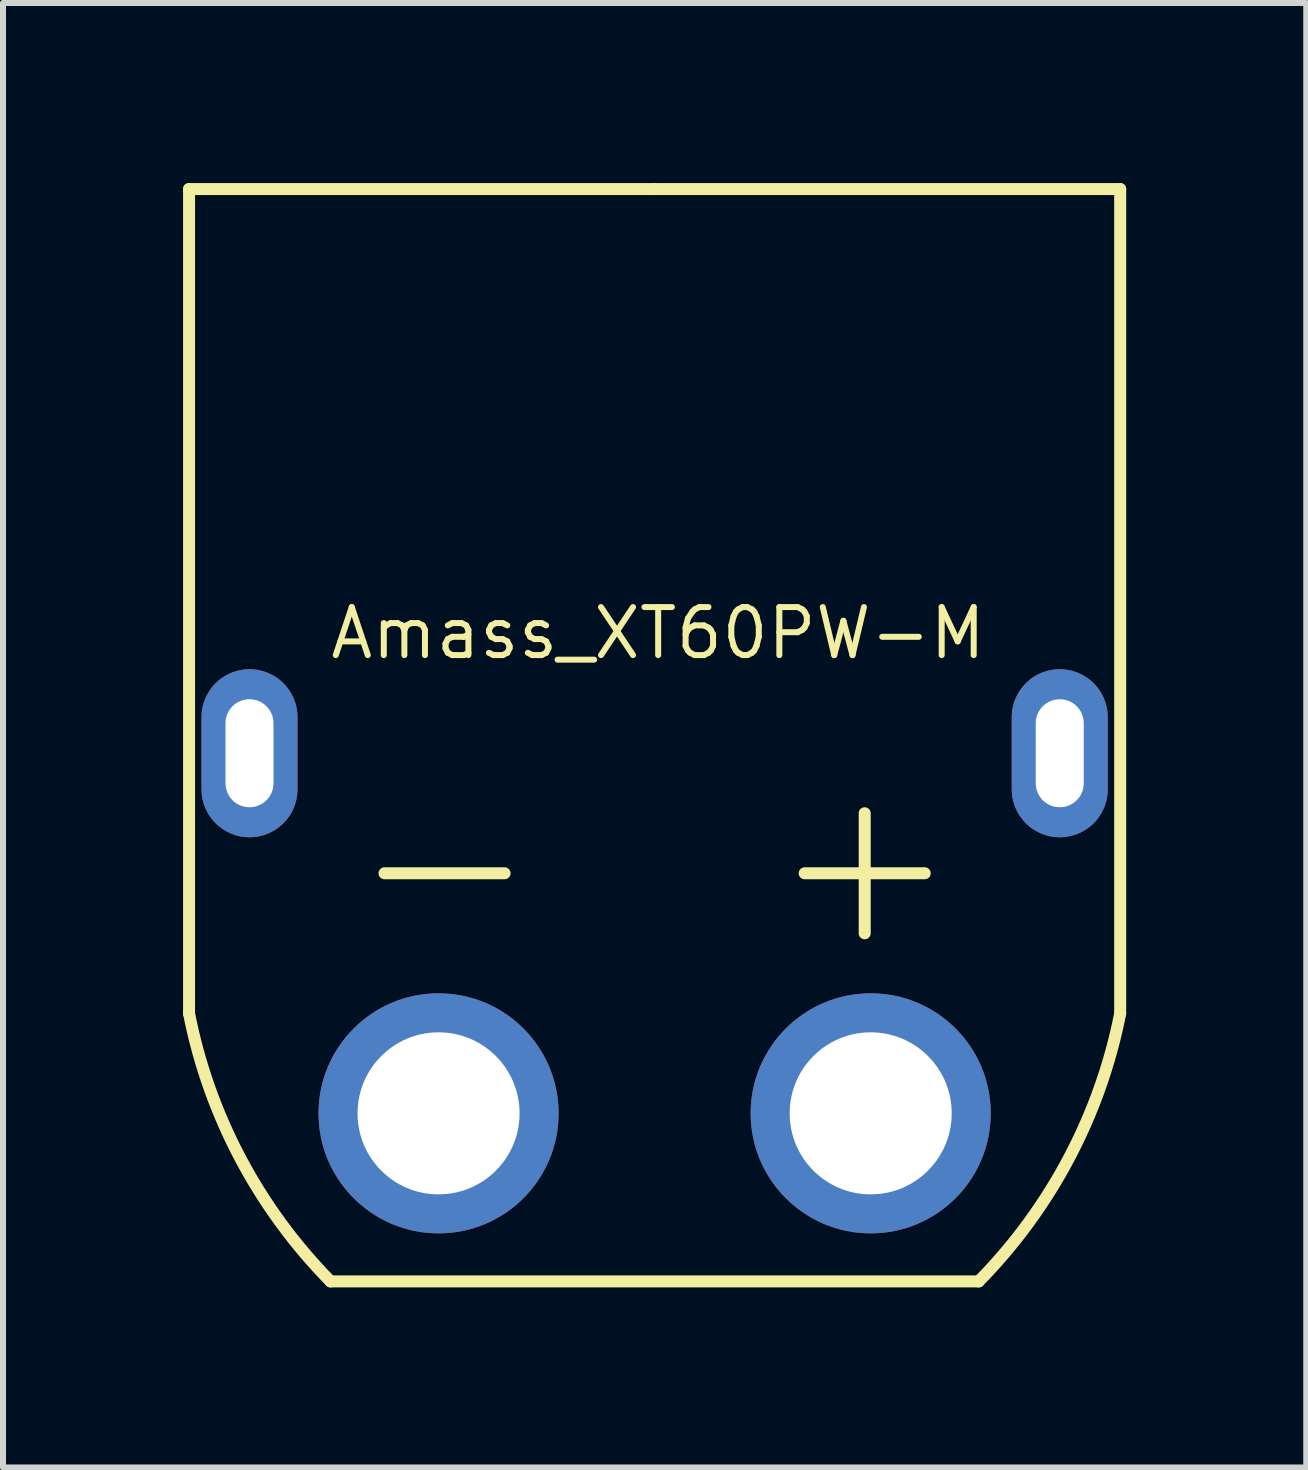
<source format=kicad_pcb>
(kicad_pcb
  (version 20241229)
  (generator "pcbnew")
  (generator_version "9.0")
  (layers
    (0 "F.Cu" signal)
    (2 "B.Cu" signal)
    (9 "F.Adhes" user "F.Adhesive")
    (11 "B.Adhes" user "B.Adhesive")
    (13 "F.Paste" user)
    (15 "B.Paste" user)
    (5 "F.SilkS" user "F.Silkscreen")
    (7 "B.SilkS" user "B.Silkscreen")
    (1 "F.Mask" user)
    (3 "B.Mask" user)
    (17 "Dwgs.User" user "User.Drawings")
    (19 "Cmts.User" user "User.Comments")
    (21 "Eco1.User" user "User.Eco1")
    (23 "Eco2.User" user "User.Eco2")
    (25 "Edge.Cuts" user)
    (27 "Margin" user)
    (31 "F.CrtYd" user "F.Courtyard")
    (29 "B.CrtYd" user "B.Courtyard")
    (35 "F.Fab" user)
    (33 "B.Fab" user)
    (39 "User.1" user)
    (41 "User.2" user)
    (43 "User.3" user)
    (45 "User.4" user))
  (footprint "Amass_XT60PW-M"
    (layer "F.Cu")
    (at 7.857 15.5)
    (property "Reference" "Amass_XT60PW-M" (at 0.059 -8 0) (layer "F.SilkS") (effects (font (size 0.8 0.8) (thickness 0.1))))
    (attr through_hole)
    (fp_line (start -7.757 -15.4) (end -7.757 -1.662) (stroke (width 0.2) (type solid)) (layer "F.SilkS"))
    (fp_line (start -7.757 -15.4) (end 0 -15.4) (stroke (width 0.2) (type solid)) (layer "F.SilkS"))
    (fp_line (start -4.5 -4) (end -2.5 -4) (stroke (width 0.2) (type solid)) (layer "F.SilkS"))
    (fp_line (start 2.5 -4) (end 4.5 -4) (stroke (width 0.2) (type solid)) (layer "F.SilkS"))
    (fp_line (start 3.5 -5) (end 3.5 -3) (stroke (width 0.2) (type solid)) (layer "F.SilkS"))
    (fp_line (start 5.4 2.8) (end -5.4 2.8) (stroke (width 0.2) (type solid)) (layer "F.SilkS"))
    (fp_line (start 7.757 -15.4) (end 0 -15.4) (stroke (width 0.2) (type solid)) (layer "F.SilkS"))
    (fp_line (start 7.757 -15.4) (end 7.757 -1.662) (stroke (width 0.2) (type solid)) (layer "F.SilkS"))
    (fp_arc (start -5.4 2.8) (mid -6.90582 0.741958) (end -7.756897 -1.661935) (stroke (width 0.2) (type solid)) (layer "F.SilkS"))
    (fp_arc (start 7.756897 -1.661935) (mid 6.90582 0.741958) (end 5.4 2.8) (stroke (width 0.2) (type solid)) (layer "F.SilkS"))
    (pad "" thru_hole oval (at -6.75 -6) (size 1.6 2.8) (drill oval 0.8 1.8) (layers "*.Cu" "*.Mask"))
    (pad "" thru_hole oval (at 6.75 -6) (size 1.6 2.8) (drill oval 0.8 1.8) (layers "*.Cu" "*.Mask"))
    (pad "1" thru_hole circle (at -3.6 0) (size 4 4) (drill 2.7) (layers "*.Cu" "*.Mask"))
    (pad "2" thru_hole circle (at 3.6 0) (size 4 4) (drill 2.7) (layers "*.Cu" "*.Mask")))
  (gr_rect
    (start -3 -3)
    (end 18.714 21.4)
    (stroke (width 0.1) (type default))
    (fill no)
    (layer "Edge.Cuts")))
</source>
